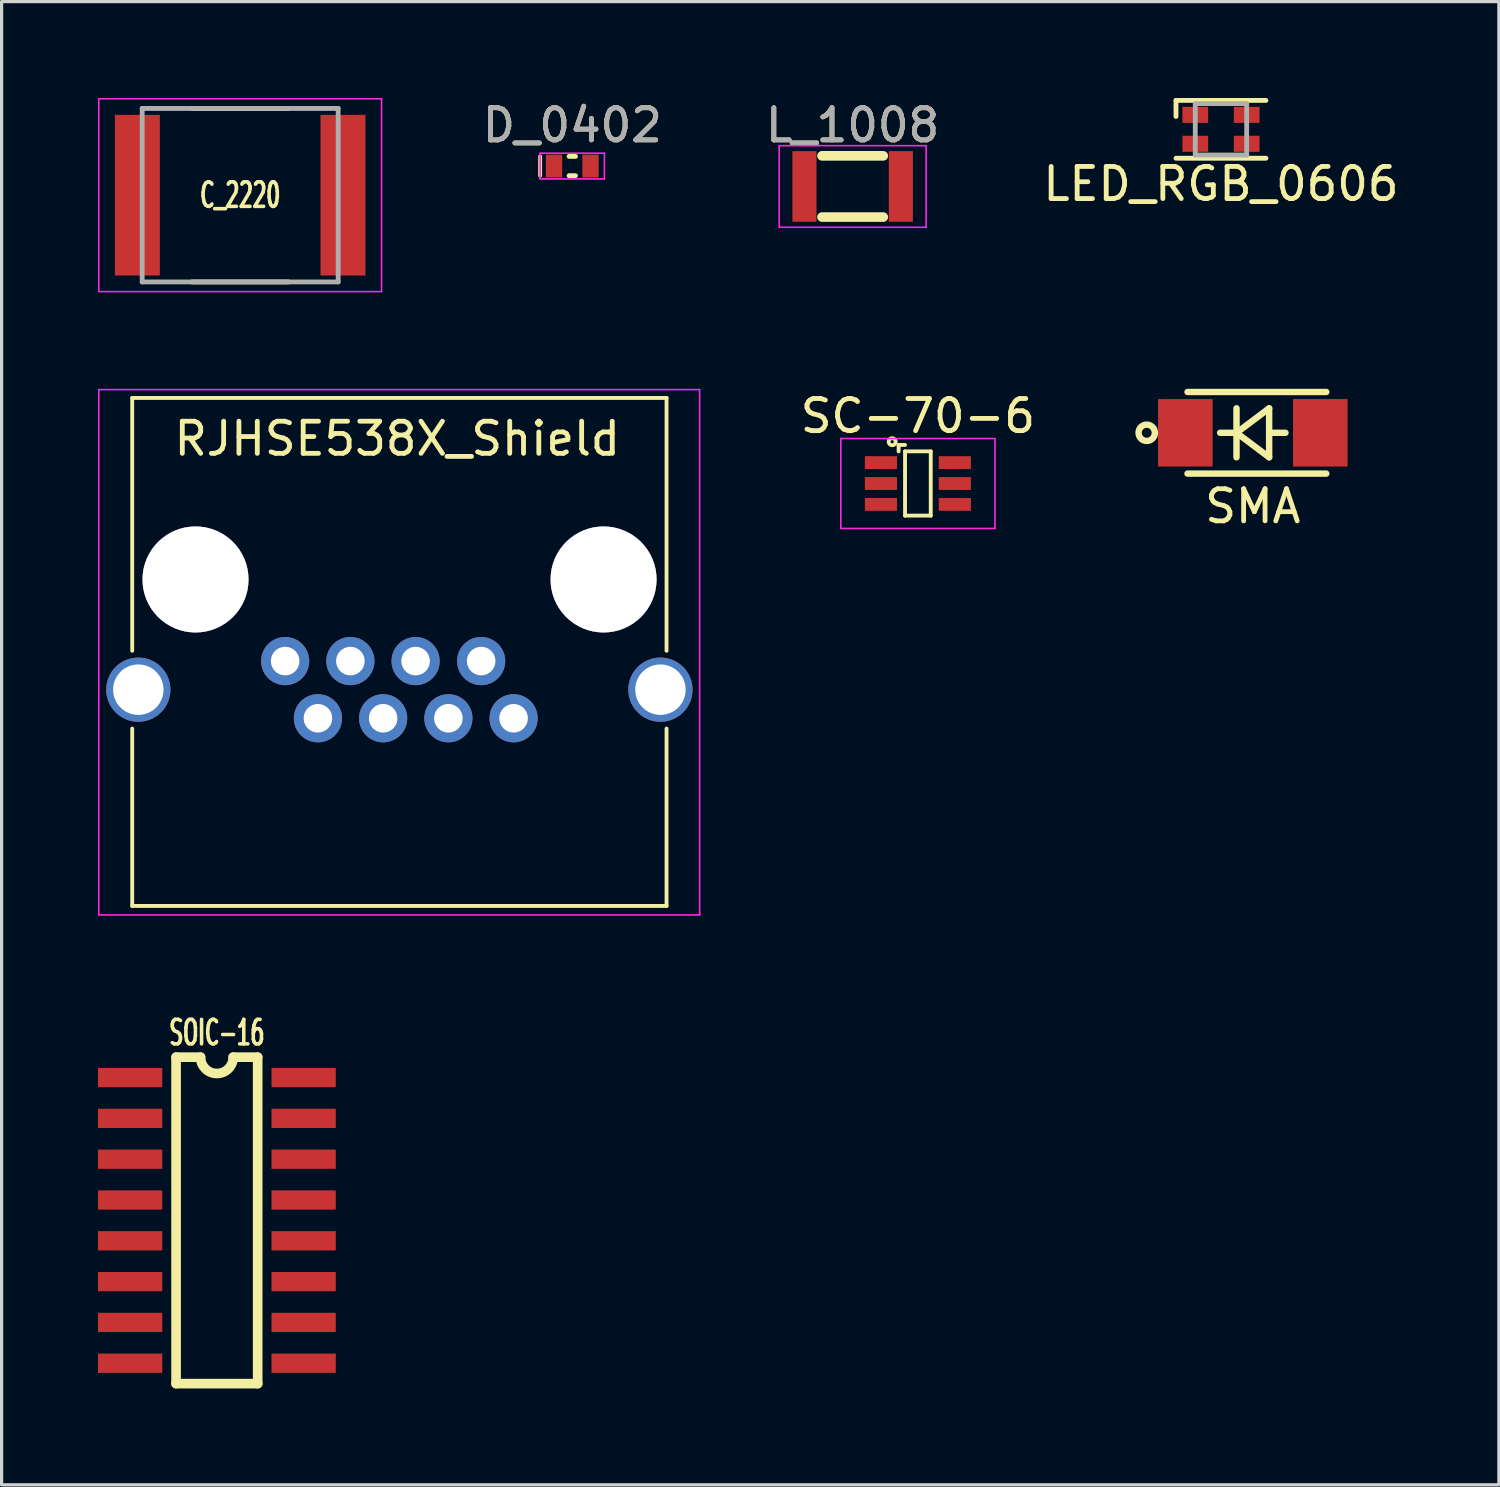
<source format=kicad_pcb>
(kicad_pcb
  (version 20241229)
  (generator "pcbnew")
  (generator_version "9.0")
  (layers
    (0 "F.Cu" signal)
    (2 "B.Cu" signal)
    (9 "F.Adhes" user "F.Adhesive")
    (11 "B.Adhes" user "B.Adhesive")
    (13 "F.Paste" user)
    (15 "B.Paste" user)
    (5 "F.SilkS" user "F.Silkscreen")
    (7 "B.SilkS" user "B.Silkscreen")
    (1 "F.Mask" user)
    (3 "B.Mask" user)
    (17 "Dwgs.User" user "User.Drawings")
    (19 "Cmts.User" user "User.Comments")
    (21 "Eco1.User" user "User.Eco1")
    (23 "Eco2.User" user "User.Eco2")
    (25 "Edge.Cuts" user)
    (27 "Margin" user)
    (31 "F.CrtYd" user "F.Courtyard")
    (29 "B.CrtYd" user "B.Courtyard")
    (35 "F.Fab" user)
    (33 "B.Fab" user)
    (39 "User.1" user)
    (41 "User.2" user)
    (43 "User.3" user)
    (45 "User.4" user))
  (footprint "L_1008"
    (layer "F.Cu")
    (at 23.487 2.753)
    (property "Reference" "L_1008" (at 0 -1.905 0) (layer "F.SilkS") (effects (font (size 1 1) (thickness 0.15))))
    (attr smd)
    (fp_line (start -0.953 0.953) (end 0.953 0.953) (stroke (width 0.3) (type solid)) (layer "F.SilkS"))
    (fp_line (start 0.953 -0.953) (end -0.953 -0.953) (stroke (width 0.3) (type solid)) (layer "F.SilkS"))
    (fp_line (start -2.286 -1.27) (end -2.286 1.27) (stroke (width 0.05) (type solid)) (layer "F.CrtYd"))
    (fp_line (start -2.286 -1.27) (end 2.286 -1.27) (stroke (width 0.05) (type solid)) (layer "F.CrtYd"))
    (fp_line (start 2.286 1.27) (end -2.286 1.27) (stroke (width 0.05) (type solid)) (layer "F.CrtYd"))
    (fp_line (start 2.286 1.27) (end 2.286 -1.27) (stroke (width 0.05) (type solid)) (layer "F.CrtYd"))
    (fp_text user "${REFERENCE}" (at 0 -1.905 0) (layer "F.Fab") (effects (font (size 1 1) (thickness 0.15))))
    (pad "1" smd rect (at -1.5 0) (size 0.75 2.2) (layers "F.Cu" "F.Mask" "F.Paste"))
    (pad "2" smd rect (at 1.5 0) (size 0.75 2.2) (layers "F.Cu" "F.Mask" "F.Paste")))
  (footprint "RJHSE538X_Shield"
    (layer "F.Cu")
    (at 5.825 17.525)
    (property "Reference" "RJHSE538X_Shield" (at 3.49 -6.92 0) (layer "F.SilkS") (effects (font (size 1 1) (thickness 0.15))))
    (attr through_hole)
    (fp_line (start -4.76 -8.19) (end -4.76 -0.32) (stroke (width 0.12) (type solid)) (layer "F.SilkS"))
    (fp_line (start -4.76 7.62) (end -4.76 2.1) (stroke (width 0.12) (type solid)) (layer "F.SilkS"))
    (fp_line (start 11.87 -8.19) (end -4.76 -8.19) (stroke (width 0.12) (type solid)) (layer "F.SilkS"))
    (fp_line (start 11.87 -8.19) (end 11.87 -0.32) (stroke (width 0.12) (type solid)) (layer "F.SilkS"))
    (fp_line (start 11.87 7.62) (end -4.76 7.62) (stroke (width 0.12) (type solid)) (layer "F.SilkS"))
    (fp_line (start 11.87 7.62) (end 11.87 2.1) (stroke (width 0.12) (type solid)) (layer "F.SilkS"))
    (fp_line (start -5.8 -8.45) (end -5.8 7.9) (stroke (width 0.05) (type solid)) (layer "F.CrtYd"))
    (fp_line (start -5.8 7.9) (end 12.9 7.9) (stroke (width 0.05) (type solid)) (layer "F.CrtYd"))
    (fp_line (start 12.9 -8.45) (end -5.8 -8.45) (stroke (width 0.05) (type solid)) (layer "F.CrtYd"))
    (fp_line (start 12.9 7.9) (end 12.9 -8.45) (stroke (width 0.05) (type solid)) (layer "F.CrtYd"))
    (pad "" thru_hole circle (at -2.79 -2.54) (size 3.3 3.3) (drill 3.3) (layers "*.Cu" "*.Mask"))
    (pad "" thru_hole circle (at 9.91 -2.54) (size 3.3 3.3) (drill 3.3) (layers "*.Cu" "*.Mask"))
    (pad "1" thru_hole circle (at 0 0) (size 1.5 1.5) (drill 0.89) (layers "*.Cu" "*.Mask"))
    (pad "2" thru_hole circle (at 1.02 1.78) (size 1.5 1.5) (drill 0.89) (layers "*.Cu" "*.Mask"))
    (pad "3" thru_hole circle (at 2.03 0) (size 1.5 1.5) (drill 0.89) (layers "*.Cu" "*.Mask"))
    (pad "4" thru_hole circle (at 3.05 1.78) (size 1.5 1.5) (drill 0.89) (layers "*.Cu" "*.Mask"))
    (pad "5" thru_hole circle (at 4.06 0) (size 1.5 1.5) (drill 0.89) (layers "*.Cu" "*.Mask"))
    (pad "6" thru_hole circle (at 5.08 1.78) (size 1.5 1.5) (drill 0.89) (layers "*.Cu" "*.Mask"))
    (pad "7" thru_hole circle (at 6.1 0) (size 1.5 1.5) (drill 0.89) (layers "*.Cu" "*.Mask"))
    (pad "8" thru_hole circle (at 7.11 1.78) (size 1.5 1.5) (drill 0.89) (layers "*.Cu" "*.Mask"))
    (pad "9" thru_hole circle (at -4.57 0.89) (size 2 2) (drill 1.57) (layers "*.Cu" "*.Mask"))
    (pad "9" thru_hole circle (at 11.68 0.89) (size 2 2) (drill 1.57) (layers "*.Cu" "*.Mask")))
  (footprint "D_0402"
    (layer "F.Cu")
    (at 14.761 2.118)
    (property "Reference" "D_0402" (at 0 -1.27 0) (layer "F.SilkS") (effects (font (size 1 1) (thickness 0.15))))
    (attr smd)
    (fp_line (start -1 -0.3) (end -1 0.3) (stroke (width 0.12) (type solid)) (layer "F.SilkS"))
    (fp_line (start -0.1 -0.3) (end 0.1 -0.3) (stroke (width 0.15) (type solid)) (layer "F.SilkS"))
    (fp_line (start -0.1 0.3) (end 0.1 0.3) (stroke (width 0.15) (type solid)) (layer "F.SilkS"))
    (fp_line (start -1 -0.4) (end -1 0.4) (stroke (width 0.05) (type solid)) (layer "F.CrtYd"))
    (fp_line (start -1 -0.4) (end 1 -0.4) (stroke (width 0.05) (type solid)) (layer "F.CrtYd"))
    (fp_line (start 1 0.4) (end -1 0.4) (stroke (width 0.05) (type solid)) (layer "F.CrtYd"))
    (fp_line (start 1 0.4) (end 1 -0.4) (stroke (width 0.05) (type solid)) (layer "F.CrtYd"))
    (fp_text user "${REFERENCE}" (at 0 -1.27 0) (layer "F.Fab") (effects (font (size 1 1) (thickness 0.15))))
    (pad "1" smd rect (at -0.567 0) (size 0.508 0.711) (layers "F.Cu" "F.Mask" "F.Paste"))
    (pad "2" smd rect (at 0.567 0) (size 0.508 0.711) (layers "F.Cu" "F.Mask" "F.Paste")))
  (footprint "LED_RGB_0606"
    (layer "F.Cu")
    (at 34.951 0.975)
    (property "Reference" "LED_RGB_0606" (at 0 1.7 0) (layer "F.SilkS") (effects (font (size 1 1) (thickness 0.15))))
    (attr through_hole)
    (fp_line (start -1.4 -0.9) (end 1.4 -0.9) (stroke (width 0.15) (type solid)) (layer "F.SilkS"))
    (fp_line (start -1.4 -0.4) (end -1.4 -0.9) (stroke (width 0.15) (type solid)) (layer "F.SilkS"))
    (fp_line (start -1.4 0.9) (end 1.4 0.9) (stroke (width 0.15) (type solid)) (layer "F.SilkS"))
    (fp_line (start -0.8 -0.8) (end 0.8 -0.8) (stroke (width 0.15) (type solid)) (layer "F.Fab"))
    (fp_line (start -0.8 0.8) (end -0.8 -0.8) (stroke (width 0.15) (type solid)) (layer "F.Fab"))
    (fp_line (start 0.8 -0.8) (end 0.8 0.8) (stroke (width 0.15) (type solid)) (layer "F.Fab"))
    (fp_line (start 0.8 0.8) (end -0.8 0.8) (stroke (width 0.15) (type solid)) (layer "F.Fab"))
    (pad "1" smd rect (at -0.8 -0.45) (size 0.8 0.5) (layers "F.Cu" "F.Mask" "F.Paste"))
    (pad "2" smd rect (at -0.8 0.45) (size 0.8 0.5) (layers "F.Cu" "F.Mask" "F.Paste"))
    (pad "3" smd rect (at 0.8 0.45) (size 0.8 0.5) (layers "F.Cu" "F.Mask" "F.Paste"))
    (pad "4" smd rect (at 0.8 -0.45) (size 0.8 0.5) (layers "F.Cu" "F.Mask" "F.Paste")))
  (footprint "C_2220"
    (layer "F.Cu")
    (at 4.425 3.025)
    (property "Reference" "C_2220" (at 0 0 0) (layer "F.SilkS") (effects (font (size 0.762 0.445) (thickness 0.111))))
    (attr smd)
    (fp_line (start -1.5 -2.7) (end 1.5 -2.7) (stroke (width 0.15) (type solid)) (layer "F.SilkS"))
    (fp_line (start 1.5 2.7) (end -1.5 2.7) (stroke (width 0.15) (type solid)) (layer "F.SilkS"))
    (fp_line (start -4.4 -3) (end 4.4 -3) (stroke (width 0.05) (type solid)) (layer "F.CrtYd"))
    (fp_line (start -4.4 3) (end -4.4 -3) (stroke (width 0.05) (type solid)) (layer "F.CrtYd"))
    (fp_line (start 4.4 -3) (end 4.4 3) (stroke (width 0.05) (type solid)) (layer "F.CrtYd"))
    (fp_line (start 4.4 3) (end -4.4 3) (stroke (width 0.05) (type solid)) (layer "F.CrtYd"))
    (fp_line (start -3.05 -2.7) (end 3.05 -2.7) (stroke (width 0.15) (type solid)) (layer "F.Fab"))
    (fp_line (start -3.05 2.7) (end -3.05 -2.7) (stroke (width 0.15) (type solid)) (layer "F.Fab"))
    (fp_line (start -3.05 2.7) (end 3.05 2.7) (stroke (width 0.15) (type solid)) (layer "F.Fab"))
    (fp_line (start 3.05 2.7) (end 3.05 -2.7) (stroke (width 0.15) (type solid)) (layer "F.Fab"))
    (pad "1" smd rect (at -3.2 0) (size 1.4 5) (layers "F.Cu" "F.Mask" "F.Paste"))
    (pad "2" smd rect (at 3.2 0) (size 1.4 5) (layers "F.Cu" "F.Mask" "F.Paste")))
  (footprint "SMA"
    (layer "F.Cu")
    (at 35.942 10.42)
    (property "Reference" "SMA" (at 0 2.286 0) (layer "F.SilkS") (effects (font (size 1 1) (thickness 0.15))))
    (attr through_hole)
    (fp_line (start -2.032 -1.27) (end 2.286 -1.27) (stroke (width 0.2) (type solid)) (layer "F.SilkS"))
    (fp_line (start -2.032 1.27) (end 2.286 1.27) (stroke (width 0.2) (type solid)) (layer "F.SilkS"))
    (fp_line (start -1.016 0) (end -0.508 0) (stroke (width 0.2) (type solid)) (layer "F.SilkS"))
    (fp_line (start -0.508 0) (end 0.508 -0.762) (stroke (width 0.2) (type solid)) (layer "F.SilkS"))
    (fp_line (start -0.508 0.762) (end -0.508 -0.762) (stroke (width 0.2) (type solid)) (layer "F.SilkS"))
    (fp_line (start 0.508 -0.762) (end 0.508 0.762) (stroke (width 0.2) (type solid)) (layer "F.SilkS"))
    (fp_line (start 0.508 0) (end 1.016 0) (stroke (width 0.2) (type solid)) (layer "F.SilkS"))
    (fp_line (start 0.508 0.762) (end -0.508 0) (stroke (width 0.2) (type solid)) (layer "F.SilkS"))
    (fp_circle (center -3.302 0) (end -3.048 0) (stroke (width 0.2) (type solid)) (fill no) (layer "F.SilkS"))
    (pad "1" smd rect (at -2.1 0) (size 1.7 2.1) (layers "F.Cu" "F.Mask" "F.Paste"))
    (pad "2" smd rect (at 2.1 0) (size 1.7 2.1) (layers "F.Cu" "F.Mask" "F.Paste")))
  (footprint "SC-70-6"
    (layer "F.Cu")
    (at 25.518 11.998)
    (property "Reference" "SC-70-6" (at 0 -2.1 0) (layer "F.SilkS") (effects (font (size 1 1) (thickness 0.15))))
    (attr smd)
    (fp_line (start -0.6 -1.2) (end -0.6 -1) (stroke (width 0.12) (type solid)) (layer "F.SilkS"))
    (fp_line (start -0.6 -1.2) (end -0.4 -1.2) (stroke (width 0.12) (type solid)) (layer "F.SilkS"))
    (fp_line (start -0.4 -1) (end 0.4 -1) (stroke (width 0.12) (type solid)) (layer "F.SilkS"))
    (fp_line (start -0.4 1) (end -0.4 -1) (stroke (width 0.12) (type solid)) (layer "F.SilkS"))
    (fp_line (start -0.4 1) (end 0.4 1) (stroke (width 0.12) (type solid)) (layer "F.SilkS"))
    (fp_line (start 0.4 -1) (end 0.4 1) (stroke (width 0.12) (type solid)) (layer "F.SilkS"))
    (fp_circle (center -0.8 -1.3) (end -0.85 -1.3) (stroke (width 0.12) (type solid)) (fill no) (layer "F.SilkS"))
    (fp_line (start -2.4 -1.4) (end -2.4 1.4) (stroke (width 0.05) (type solid)) (layer "F.CrtYd"))
    (fp_line (start -2.4 -1.4) (end 2.4 -1.4) (stroke (width 0.05) (type solid)) (layer "F.CrtYd"))
    (fp_line (start -2.4 1.4) (end 2.4 1.4) (stroke (width 0.05) (type solid)) (layer "F.CrtYd"))
    (fp_line (start 2.4 1.4) (end 2.4 -1.4) (stroke (width 0.05) (type solid)) (layer "F.CrtYd"))
    (pad "1" smd rect (at -1.15 -0.65) (size 1 0.4) (layers "F.Cu" "F.Mask" "F.Paste"))
    (pad "2" smd rect (at -1.15 0) (size 1 0.4) (layers "F.Cu" "F.Mask" "F.Paste"))
    (pad "3" smd rect (at -1.15 0.65) (size 1 0.4) (layers "F.Cu" "F.Mask" "F.Paste"))
    (pad "4" smd rect (at 1.15 0.65) (size 1 0.4) (layers "F.Cu" "F.Mask" "F.Paste"))
    (pad "5" smd rect (at 1.15 0) (size 1 0.4) (layers "F.Cu" "F.Mask" "F.Paste"))
    (pad "6" smd rect (at 1.15 -0.65) (size 1 0.4) (layers "F.Cu" "F.Mask" "F.Paste")))
  (footprint "SOIC-16"
    (layer "F.Cu")
    (at 3.7 34.933)
    (property "Reference" "SOIC-16" (at 0 -5.842 0) (layer "F.SilkS") (effects (font (size 0.762 0.445) (thickness 0.111))))
    (attr through_hole)
    (fp_line (start -1.27 -5.08) (end -1.27 5.08) (stroke (width 0.3) (type solid)) (layer "F.SilkS"))
    (fp_line (start -1.27 -5.08) (end -0.508 -5.08) (stroke (width 0.3) (type solid)) (layer "F.SilkS"))
    (fp_line (start -1.27 5.08) (end 1.27 5.08) (stroke (width 0.3) (type solid)) (layer "F.SilkS"))
    (fp_line (start 1.27 -5.08) (end 0.508 -5.08) (stroke (width 0.3) (type solid)) (layer "F.SilkS"))
    (fp_line (start 1.27 5.08) (end 1.27 -5.08) (stroke (width 0.3) (type solid)) (layer "F.SilkS"))
    (fp_arc (start 0.508 -5.08) (mid 0 -4.572) (end -0.508 -5.08) (stroke (width 0.3) (type solid)) (layer "F.SilkS"))
    (pad "1" smd rect (at -2.7 -4.445) (size 2 0.6) (layers "F.Cu" "F.Mask" "F.Paste"))
    (pad "2" smd rect (at -2.7 -3.175) (size 2 0.6) (layers "F.Cu" "F.Mask" "F.Paste"))
    (pad "3" smd rect (at -2.7 -1.905) (size 2 0.6) (layers "F.Cu" "F.Mask" "F.Paste"))
    (pad "4" smd rect (at -2.7 -0.635) (size 2 0.6) (layers "F.Cu" "F.Mask" "F.Paste"))
    (pad "5" smd rect (at -2.7 0.635) (size 2 0.6) (layers "F.Cu" "F.Mask" "F.Paste"))
    (pad "6" smd rect (at -2.7 1.905) (size 2 0.6) (layers "F.Cu" "F.Mask" "F.Paste"))
    (pad "7" smd rect (at -2.7 3.175) (size 2 0.6) (layers "F.Cu" "F.Mask" "F.Paste"))
    (pad "8" smd rect (at -2.7 4.445) (size 2 0.6) (layers "F.Cu" "F.Mask" "F.Paste"))
    (pad "9" smd rect (at 2.7 4.445) (size 2 0.6) (layers "F.Cu" "F.Mask" "F.Paste"))
    (pad "10" smd rect (at 2.7 3.175) (size 2 0.6) (layers "F.Cu" "F.Mask" "F.Paste"))
    (pad "11" smd rect (at 2.7 1.905) (size 2 0.6) (layers "F.Cu" "F.Mask" "F.Paste"))
    (pad "12" smd rect (at 2.7 0.635) (size 2 0.6) (layers "F.Cu" "F.Mask" "F.Paste"))
    (pad "13" smd rect (at 2.7 -0.635) (size 2 0.6) (layers "F.Cu" "F.Mask" "F.Paste"))
    (pad "14" smd rect (at 2.7 -1.905) (size 2 0.6) (layers "F.Cu" "F.Mask" "F.Paste"))
    (pad "15" smd rect (at 2.7 -3.175) (size 2 0.6) (layers "F.Cu" "F.Mask" "F.Paste"))
    (pad "16" smd rect (at 2.7 -4.445) (size 2 0.6) (layers "F.Cu" "F.Mask" "F.Paste")))
  (gr_rect
    (start -3 -3)
    (end 43.6 43.163)
    (stroke (width 0.1) (type default))
    (fill no)
    (layer "Edge.Cuts")))
</source>
